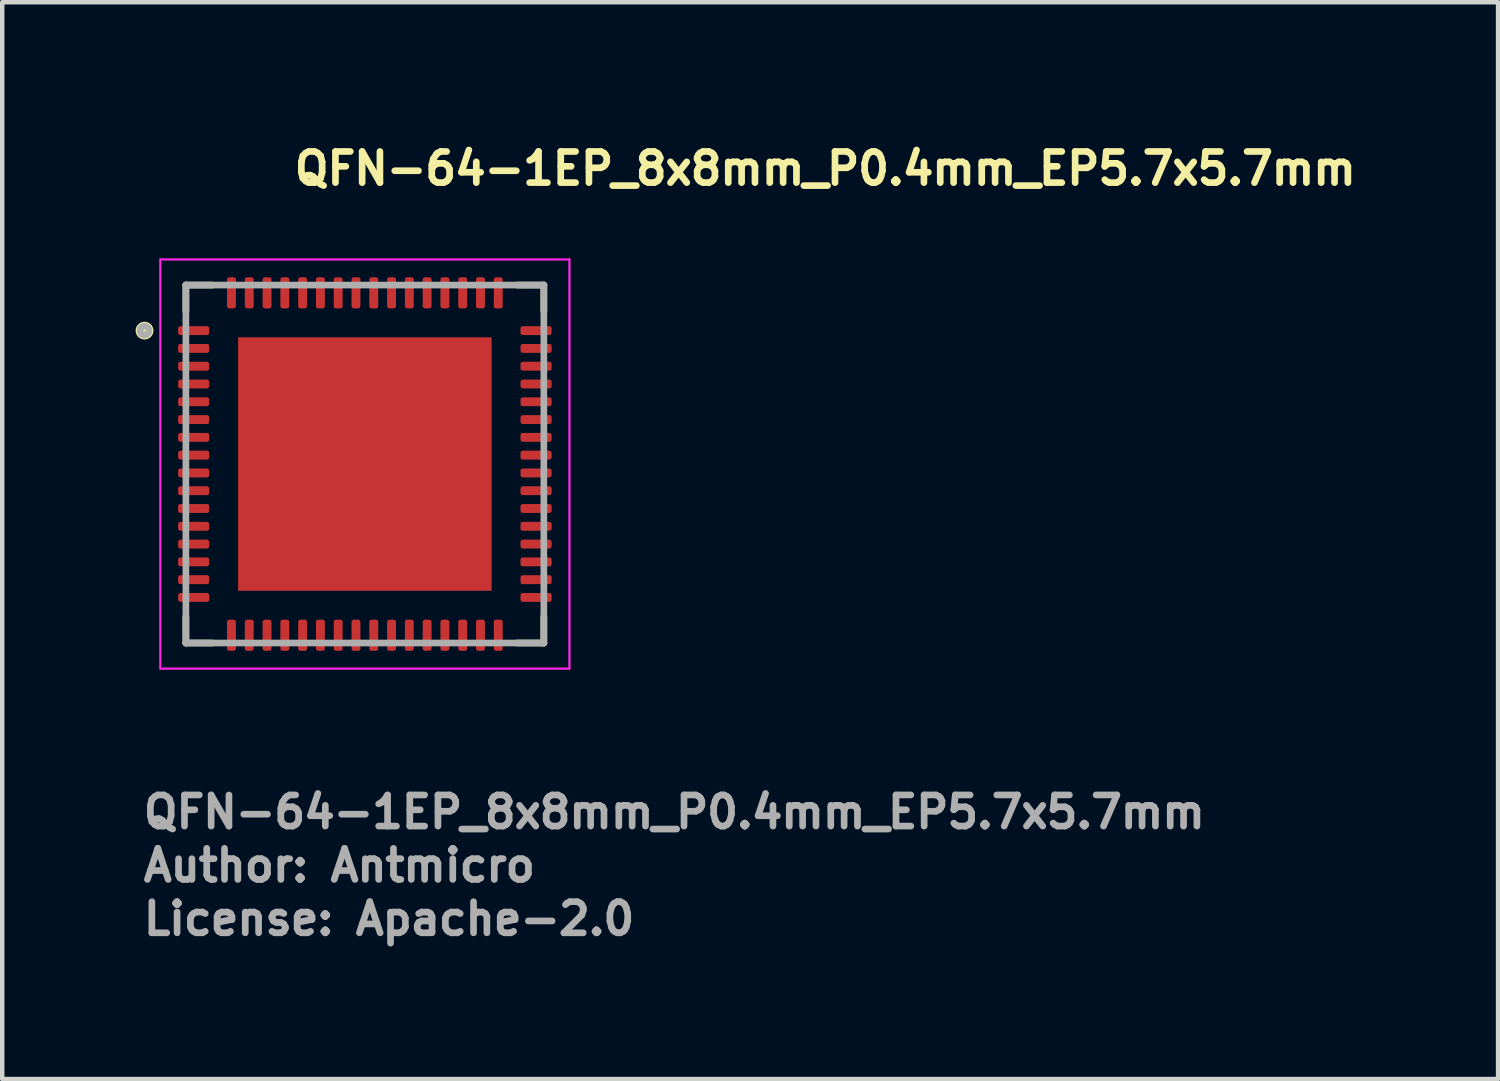
<source format=kicad_pcb>
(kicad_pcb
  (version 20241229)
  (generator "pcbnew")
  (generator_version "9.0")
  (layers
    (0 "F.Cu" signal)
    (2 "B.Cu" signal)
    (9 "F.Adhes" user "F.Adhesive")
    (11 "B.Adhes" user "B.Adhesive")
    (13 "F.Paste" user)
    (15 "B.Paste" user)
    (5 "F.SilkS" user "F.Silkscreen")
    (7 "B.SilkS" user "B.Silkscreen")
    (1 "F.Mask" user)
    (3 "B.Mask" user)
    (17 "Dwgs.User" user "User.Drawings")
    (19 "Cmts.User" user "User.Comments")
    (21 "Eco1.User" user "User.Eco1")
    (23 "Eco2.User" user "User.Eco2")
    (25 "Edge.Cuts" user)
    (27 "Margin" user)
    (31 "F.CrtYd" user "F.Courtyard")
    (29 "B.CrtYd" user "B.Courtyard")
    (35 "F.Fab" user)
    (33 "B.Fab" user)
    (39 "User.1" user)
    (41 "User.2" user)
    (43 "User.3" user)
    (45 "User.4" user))
  (footprint "QFN-64-1EP_8x8mm_P0.4mm_EP5.7x5.7mm"
    (layer "F.Cu")
    (at 5.155 7.385)
    (property "Reference" "QFN-64-1EP_8x8mm_P0.4mm_EP5.7x5.7mm" (at -1.66 -6.235 0) (layer "F.SilkS") (effects (font (size 0.7 0.7) (thickness 0.15)) (justify left bottom)))
    (attr smd)
    (fp_line (start -4.025 -4.025) (end -4.025 -3.43) (stroke (width 0.15) (type solid)) (layer "F.SilkS"))
    (fp_line (start -4.025 -4.025) (end -3.43 -4.025) (stroke (width 0.15) (type solid)) (layer "F.SilkS"))
    (fp_line (start -4.025 4.025) (end -4.025 3.43) (stroke (width 0.15) (type solid)) (layer "F.SilkS"))
    (fp_line (start -4.025 4.025) (end -3.43 4.025) (stroke (width 0.15) (type solid)) (layer "F.SilkS"))
    (fp_line (start 4.025 -4.025) (end 3.43 -4.025) (stroke (width 0.15) (type solid)) (layer "F.SilkS"))
    (fp_line (start 4.025 -4.025) (end 4.025 -3.43) (stroke (width 0.15) (type solid)) (layer "F.SilkS"))
    (fp_line (start 4.025 4.025) (end 3.43 4.025) (stroke (width 0.15) (type solid)) (layer "F.SilkS"))
    (fp_line (start 4.025 4.025) (end 4.025 3.43) (stroke (width 0.15) (type solid)) (layer "F.SilkS"))
    (fp_circle (center -4.955 -3) (end -4.855 -3) (stroke (width 0.2) (type solid)) (fill no) (layer "F.SilkS"))
    (fp_poly (pts (xy -2.7 -2.7) (xy -1.5 -2.7) (xy -1.5 -1.5) (xy -2.7 -1.5)) (stroke (width 0.01) (type solid)) (fill yes) (layer "F.Paste"))
    (fp_poly (pts (xy -2.7 -1.3) (xy -1.5 -1.3) (xy -1.5 -0.1) (xy -2.7 -0.1)) (stroke (width 0.01) (type solid)) (fill yes) (layer "F.Paste"))
    (fp_poly (pts (xy -2.7 0.1) (xy -1.5 0.1) (xy -1.5 1.3) (xy -2.7 1.3)) (stroke (width 0.01) (type solid)) (fill yes) (layer "F.Paste"))
    (fp_poly (pts (xy -2.7 1.5) (xy -1.5 1.5) (xy -1.5 2.7) (xy -2.7 2.7)) (stroke (width 0.01) (type solid)) (fill yes) (layer "F.Paste"))
    (fp_poly (pts (xy -1.3 -2.7) (xy -0.1 -2.7) (xy -0.1 -1.5) (xy -1.3 -1.5)) (stroke (width 0.01) (type solid)) (fill yes) (layer "F.Paste"))
    (fp_poly (pts (xy -1.3 -1.3) (xy -0.1 -1.3) (xy -0.1 -0.1) (xy -1.3 -0.1)) (stroke (width 0.01) (type solid)) (fill yes) (layer "F.Paste"))
    (fp_poly (pts (xy -1.3 0.1) (xy -0.1 0.1) (xy -0.1 1.3) (xy -1.3 1.3)) (stroke (width 0.01) (type solid)) (fill yes) (layer "F.Paste"))
    (fp_poly (pts (xy -1.3 1.5) (xy -0.1 1.5) (xy -0.1 2.7) (xy -1.3 2.7)) (stroke (width 0.01) (type solid)) (fill yes) (layer "F.Paste"))
    (fp_poly (pts (xy 0.1 -2.7) (xy 1.3 -2.7) (xy 1.3 -1.5) (xy 0.1 -1.5)) (stroke (width 0.01) (type solid)) (fill yes) (layer "F.Paste"))
    (fp_poly (pts (xy 0.1 -1.3) (xy 1.3 -1.3) (xy 1.3 -0.1) (xy 0.1 -0.1)) (stroke (width 0.01) (type solid)) (fill yes) (layer "F.Paste"))
    (fp_poly (pts (xy 0.1 0.1) (xy 1.3 0.1) (xy 1.3 1.3) (xy 0.1 1.3)) (stroke (width 0.01) (type solid)) (fill yes) (layer "F.Paste"))
    (fp_poly (pts (xy 0.1 1.5) (xy 1.3 1.5) (xy 1.3 2.7) (xy 0.1 2.7)) (stroke (width 0.01) (type solid)) (fill yes) (layer "F.Paste"))
    (fp_poly (pts (xy 1.5 -2.7) (xy 2.7 -2.7) (xy 2.7 -1.5) (xy 1.5 -1.5)) (stroke (width 0.01) (type solid)) (fill yes) (layer "F.Paste"))
    (fp_poly (pts (xy 1.5 -1.3) (xy 2.7 -1.3) (xy 2.7 -0.1) (xy 1.5 -0.1)) (stroke (width 0.01) (type solid)) (fill yes) (layer "F.Paste"))
    (fp_poly (pts (xy 1.5 0.1) (xy 2.7 0.1) (xy 2.7 1.3) (xy 1.5 1.3)) (stroke (width 0.01) (type solid)) (fill yes) (layer "F.Paste"))
    (fp_poly (pts (xy 1.5 1.5) (xy 2.7 1.5) (xy 2.7 2.7) (xy 1.5 2.7)) (stroke (width 0.01) (type solid)) (fill yes) (layer "F.Paste"))
    (fp_line (start -4.6 -4.6) (end 4.6 -4.6) (stroke (width 0.05) (type solid)) (layer "F.CrtYd"))
    (fp_line (start -4.6 4.6) (end -4.6 -4.6) (stroke (width 0.05) (type solid)) (layer "F.CrtYd"))
    (fp_line (start -4.6 4.6) (end 4.6 4.6) (stroke (width 0.05) (type solid)) (layer "F.CrtYd"))
    (fp_line (start 4.6 4.6) (end 4.6 -4.6) (stroke (width 0.05) (type solid)) (layer "F.CrtYd"))
    (fp_line (start -4.025 4.025) (end -4.025 -4.025) (stroke (width 0.15) (type solid)) (layer "F.Fab"))
    (fp_line (start 4.025 -4.025) (end -4.025 -4.025) (stroke (width 0.15) (type solid)) (layer "F.Fab"))
    (fp_line (start 4.025 4.025) (end -4.025 4.025) (stroke (width 0.15) (type solid)) (layer "F.Fab"))
    (fp_line (start 4.025 4.025) (end 4.025 -4.025) (stroke (width 0.15) (type solid)) (layer "F.Fab"))
    (fp_circle (center -4.955 -3) (end -4.855 -3) (stroke (width 0.15) (type solid)) (fill no) (layer "F.Fab"))
    (fp_line (start -4 -3.1) (end -4 -2.9) (stroke (width 0.1) (type solid)) (layer "User.9"))
    (fp_line (start -4 -2.9) (end -3.99 -2.9) (stroke (width 0.1) (type solid)) (layer "User.9"))
    (fp_line (start -4 -2.7) (end -4 -2.5) (stroke (width 0.1) (type solid)) (layer "User.9"))
    (fp_line (start -4 -2.5) (end -3.99 -2.5) (stroke (width 0.1) (type solid)) (layer "User.9"))
    (fp_line (start -4 -2.3) (end -4 -2.1) (stroke (width 0.1) (type solid)) (layer "User.9"))
    (fp_line (start -4 -2.1) (end -3.99 -2.1) (stroke (width 0.1) (type solid)) (layer "User.9"))
    (fp_line (start -4 -1.9) (end -4 -1.7) (stroke (width 0.1) (type solid)) (layer "User.9"))
    (fp_line (start -4 -1.7) (end -3.99 -1.7) (stroke (width 0.1) (type solid)) (layer "User.9"))
    (fp_line (start -4 -1.5) (end -4 -1.3) (stroke (width 0.1) (type solid)) (layer "User.9"))
    (fp_line (start -4 -1.3) (end -3.99 -1.3) (stroke (width 0.1) (type solid)) (layer "User.9"))
    (fp_line (start -4 -1.1) (end -4 -0.9) (stroke (width 0.1) (type solid)) (layer "User.9"))
    (fp_line (start -4 -0.9) (end -3.99 -0.9) (stroke (width 0.1) (type solid)) (layer "User.9"))
    (fp_line (start -4 -0.7) (end -4 -0.5) (stroke (width 0.1) (type solid)) (layer "User.9"))
    (fp_line (start -4 -0.5) (end -3.99 -0.5) (stroke (width 0.1) (type solid)) (layer "User.9"))
    (fp_line (start -4 -0.3) (end -4 -0.1) (stroke (width 0.1) (type solid)) (layer "User.9"))
    (fp_line (start -4 -0.1) (end -3.99 -0.1) (stroke (width 0.1) (type solid)) (layer "User.9"))
    (fp_line (start -4 0.1) (end -4 0.3) (stroke (width 0.1) (type solid)) (layer "User.9"))
    (fp_line (start -4 0.3) (end -3.99 0.3) (stroke (width 0.1) (type solid)) (layer "User.9"))
    (fp_line (start -4 0.5) (end -4 0.7) (stroke (width 0.1) (type solid)) (layer "User.9"))
    (fp_line (start -4 0.7) (end -3.99 0.7) (stroke (width 0.1) (type solid)) (layer "User.9"))
    (fp_line (start -4 0.9) (end -4 1.1) (stroke (width 0.1) (type solid)) (layer "User.9"))
    (fp_line (start -4 1.1) (end -3.99 1.1) (stroke (width 0.1) (type solid)) (layer "User.9"))
    (fp_line (start -4 1.3) (end -4 1.5) (stroke (width 0.1) (type solid)) (layer "User.9"))
    (fp_line (start -4 1.5) (end -3.99 1.5) (stroke (width 0.1) (type solid)) (layer "User.9"))
    (fp_line (start -4 1.7) (end -4 1.9) (stroke (width 0.1) (type solid)) (layer "User.9"))
    (fp_line (start -4 1.9) (end -3.99 1.9) (stroke (width 0.1) (type solid)) (layer "User.9"))
    (fp_line (start -4 2.1) (end -4 2.3) (stroke (width 0.1) (type solid)) (layer "User.9"))
    (fp_line (start -4 2.3) (end -3.99 2.3) (stroke (width 0.1) (type solid)) (layer "User.9"))
    (fp_line (start -4 2.5) (end -4 2.7) (stroke (width 0.1) (type solid)) (layer "User.9"))
    (fp_line (start -4 2.7) (end -3.99 2.7) (stroke (width 0.1) (type solid)) (layer "User.9"))
    (fp_line (start -4 2.9) (end -4 3.1) (stroke (width 0.1) (type solid)) (layer "User.9"))
    (fp_line (start -4 3.1) (end -3.99 3.1) (stroke (width 0.1) (type solid)) (layer "User.9"))
    (fp_line (start -3.99 -3.99) (end -3.99 3.99) (stroke (width 0.1) (type solid)) (layer "User.9"))
    (fp_line (start -3.99 -3.99) (end 3.99 -3.99) (stroke (width 0.1) (type solid)) (layer "User.9"))
    (fp_line (start -3.99 -3.1) (end -4 -3.1) (stroke (width 0.1) (type solid)) (layer "User.9"))
    (fp_line (start -3.99 -2.7) (end -4 -2.7) (stroke (width 0.1) (type solid)) (layer "User.9"))
    (fp_line (start -3.99 -2.3) (end -4 -2.3) (stroke (width 0.1) (type solid)) (layer "User.9"))
    (fp_line (start -3.99 -1.9) (end -4 -1.9) (stroke (width 0.1) (type solid)) (layer "User.9"))
    (fp_line (start -3.99 -1.5) (end -4 -1.5) (stroke (width 0.1) (type solid)) (layer "User.9"))
    (fp_line (start -3.99 -1.1) (end -4 -1.1) (stroke (width 0.1) (type solid)) (layer "User.9"))
    (fp_line (start -3.99 -0.7) (end -4 -0.7) (stroke (width 0.1) (type solid)) (layer "User.9"))
    (fp_line (start -3.99 -0.3) (end -4 -0.3) (stroke (width 0.1) (type solid)) (layer "User.9"))
    (fp_line (start -3.99 0.1) (end -4 0.1) (stroke (width 0.1) (type solid)) (layer "User.9"))
    (fp_line (start -3.99 0.5) (end -4 0.5) (stroke (width 0.1) (type solid)) (layer "User.9"))
    (fp_line (start -3.99 0.9) (end -4 0.9) (stroke (width 0.1) (type solid)) (layer "User.9"))
    (fp_line (start -3.99 1.3) (end -4 1.3) (stroke (width 0.1) (type solid)) (layer "User.9"))
    (fp_line (start -3.99 1.7) (end -4 1.7) (stroke (width 0.1) (type solid)) (layer "User.9"))
    (fp_line (start -3.99 2.1) (end -4 2.1) (stroke (width 0.1) (type solid)) (layer "User.9"))
    (fp_line (start -3.99 2.5) (end -4 2.5) (stroke (width 0.1) (type solid)) (layer "User.9"))
    (fp_line (start -3.99 2.9) (end -4 2.9) (stroke (width 0.1) (type solid)) (layer "User.9"))
    (fp_line (start -3.99 3.99) (end 3.99 3.99) (stroke (width 0.1) (type solid)) (layer "User.9"))
    (fp_line (start -3.55 -3.3) (end -3.546 -3.343) (stroke (width 0.1) (type solid)) (layer "User.9"))
    (fp_line (start -3.546 -3.343) (end -3.535 -3.386) (stroke (width 0.1) (type solid)) (layer "User.9"))
    (fp_line (start -3.546 -3.257) (end -3.55 -3.3) (stroke (width 0.1) (type solid)) (layer "User.9"))
    (fp_line (start -3.535 -3.386) (end -3.517 -3.425) (stroke (width 0.1) (type solid)) (layer "User.9"))
    (fp_line (start -3.535 -3.214) (end -3.546 -3.257) (stroke (width 0.1) (type solid)) (layer "User.9"))
    (fp_line (start -3.517 -3.425) (end -3.492 -3.461) (stroke (width 0.1) (type solid)) (layer "User.9"))
    (fp_line (start -3.517 -3.175) (end -3.535 -3.214) (stroke (width 0.1) (type solid)) (layer "User.9"))
    (fp_line (start -3.492 -3.461) (end -3.461 -3.492) (stroke (width 0.1) (type solid)) (layer "User.9"))
    (fp_line (start -3.492 -3.139) (end -3.517 -3.175) (stroke (width 0.1) (type solid)) (layer "User.9"))
    (fp_line (start -3.461 -3.492) (end -3.425 -3.517) (stroke (width 0.1) (type solid)) (layer "User.9"))
    (fp_line (start -3.461 -3.108) (end -3.492 -3.139) (stroke (width 0.1) (type solid)) (layer "User.9"))
    (fp_line (start -3.425 -3.517) (end -3.386 -3.535) (stroke (width 0.1) (type solid)) (layer "User.9"))
    (fp_line (start -3.425 -3.083) (end -3.461 -3.108) (stroke (width 0.1) (type solid)) (layer "User.9"))
    (fp_line (start -3.386 -3.535) (end -3.343 -3.546) (stroke (width 0.1) (type solid)) (layer "User.9"))
    (fp_line (start -3.386 -3.065) (end -3.425 -3.083) (stroke (width 0.1) (type solid)) (layer "User.9"))
    (fp_line (start -3.343 -3.546) (end -3.3 -3.55) (stroke (width 0.1) (type solid)) (layer "User.9"))
    (fp_line (start -3.343 -3.054) (end -3.386 -3.065) (stroke (width 0.1) (type solid)) (layer "User.9"))
    (fp_line (start -3.3 -3.55) (end -3.257 -3.546) (stroke (width 0.1) (type solid)) (layer "User.9"))
    (fp_line (start -3.3 -3.05) (end -3.343 -3.054) (stroke (width 0.1) (type solid)) (layer "User.9"))
    (fp_line (start -3.257 -3.546) (end -3.214 -3.535) (stroke (width 0.1) (type solid)) (layer "User.9"))
    (fp_line (start -3.257 -3.054) (end -3.3 -3.05) (stroke (width 0.1) (type solid)) (layer "User.9"))
    (fp_line (start -3.214 -3.535) (end -3.175 -3.517) (stroke (width 0.1) (type solid)) (layer "User.9"))
    (fp_line (start -3.214 -3.065) (end -3.257 -3.054) (stroke (width 0.1) (type solid)) (layer "User.9"))
    (fp_line (start -3.175 -3.517) (end -3.139 -3.492) (stroke (width 0.1) (type solid)) (layer "User.9"))
    (fp_line (start -3.175 -3.083) (end -3.214 -3.065) (stroke (width 0.1) (type solid)) (layer "User.9"))
    (fp_line (start -3.139 -3.492) (end -3.108 -3.461) (stroke (width 0.1) (type solid)) (layer "User.9"))
    (fp_line (start -3.139 -3.108) (end -3.175 -3.083) (stroke (width 0.1) (type solid)) (layer "User.9"))
    (fp_line (start -3.108 -3.461) (end -3.083 -3.425) (stroke (width 0.1) (type solid)) (layer "User.9"))
    (fp_line (start -3.108 -3.139) (end -3.139 -3.108) (stroke (width 0.1) (type solid)) (layer "User.9"))
    (fp_line (start -3.1 -4) (end -3.1 -3.99) (stroke (width 0.1) (type solid)) (layer "User.9"))
    (fp_line (start -3.1 3.99) (end -3.1 4) (stroke (width 0.1) (type solid)) (layer "User.9"))
    (fp_line (start -3.1 4) (end -2.9 4) (stroke (width 0.1) (type solid)) (layer "User.9"))
    (fp_line (start -3.083 -3.425) (end -3.065 -3.386) (stroke (width 0.1) (type solid)) (layer "User.9"))
    (fp_line (start -3.083 -3.175) (end -3.108 -3.139) (stroke (width 0.1) (type solid)) (layer "User.9"))
    (fp_line (start -3.065 -3.386) (end -3.054 -3.343) (stroke (width 0.1) (type solid)) (layer "User.9"))
    (fp_line (start -3.065 -3.214) (end -3.083 -3.175) (stroke (width 0.1) (type solid)) (layer "User.9"))
    (fp_line (start -3.054 -3.343) (end -3.05 -3.3) (stroke (width 0.1) (type solid)) (layer "User.9"))
    (fp_line (start -3.054 -3.257) (end -3.065 -3.214) (stroke (width 0.1) (type solid)) (layer "User.9"))
    (fp_line (start -3.05 -3.3) (end -3.054 -3.257) (stroke (width 0.1) (type solid)) (layer "User.9"))
    (fp_line (start -2.9 -4) (end -3.1 -4) (stroke (width 0.1) (type solid)) (layer "User.9"))
    (fp_line (start -2.9 -3.99) (end -2.9 -4) (stroke (width 0.1) (type solid)) (layer "User.9"))
    (fp_line (start -2.9 4) (end -2.9 3.99) (stroke (width 0.1) (type solid)) (layer "User.9"))
    (fp_line (start -2.7 -4) (end -2.7 -3.99) (stroke (width 0.1) (type solid)) (layer "User.9"))
    (fp_line (start -2.7 3.99) (end -2.7 4) (stroke (width 0.1) (type solid)) (layer "User.9"))
    (fp_line (start -2.7 4) (end -2.5 4) (stroke (width 0.1) (type solid)) (layer "User.9"))
    (fp_line (start -2.5 -4) (end -2.7 -4) (stroke (width 0.1) (type solid)) (layer "User.9"))
    (fp_line (start -2.5 -3.99) (end -2.5 -4) (stroke (width 0.1) (type solid)) (layer "User.9"))
    (fp_line (start -2.5 4) (end -2.5 3.99) (stroke (width 0.1) (type solid)) (layer "User.9"))
    (fp_line (start -2.3 -4) (end -2.3 -3.99) (stroke (width 0.1) (type solid)) (layer "User.9"))
    (fp_line (start -2.3 3.99) (end -2.3 4) (stroke (width 0.1) (type solid)) (layer "User.9"))
    (fp_line (start -2.3 4) (end -2.1 4) (stroke (width 0.1) (type solid)) (layer "User.9"))
    (fp_line (start -2.1 -4) (end -2.3 -4) (stroke (width 0.1) (type solid)) (layer "User.9"))
    (fp_line (start -2.1 -3.99) (end -2.1 -4) (stroke (width 0.1) (type solid)) (layer "User.9"))
    (fp_line (start -2.1 4) (end -2.1 3.99) (stroke (width 0.1) (type solid)) (layer "User.9"))
    (fp_line (start -1.9 -4) (end -1.9 -3.99) (stroke (width 0.1) (type solid)) (layer "User.9"))
    (fp_line (start -1.9 3.99) (end -1.9 4) (stroke (width 0.1) (type solid)) (layer "User.9"))
    (fp_line (start -1.9 4) (end -1.7 4) (stroke (width 0.1) (type solid)) (layer "User.9"))
    (fp_line (start -1.7 -4) (end -1.9 -4) (stroke (width 0.1) (type solid)) (layer "User.9"))
    (fp_line (start -1.7 -3.99) (end -1.7 -4) (stroke (width 0.1) (type solid)) (layer "User.9"))
    (fp_line (start -1.7 4) (end -1.7 3.99) (stroke (width 0.1) (type solid)) (layer "User.9"))
    (fp_line (start -1.5 -4) (end -1.5 -3.99) (stroke (width 0.1) (type solid)) (layer "User.9"))
    (fp_line (start -1.5 3.99) (end -1.5 4) (stroke (width 0.1) (type solid)) (layer "User.9"))
    (fp_line (start -1.5 4) (end -1.3 4) (stroke (width 0.1) (type solid)) (layer "User.9"))
    (fp_line (start -1.3 -4) (end -1.5 -4) (stroke (width 0.1) (type solid)) (layer "User.9"))
    (fp_line (start -1.3 -3.99) (end -1.3 -4) (stroke (width 0.1) (type solid)) (layer "User.9"))
    (fp_line (start -1.3 4) (end -1.3 3.99) (stroke (width 0.1) (type solid)) (layer "User.9"))
    (fp_line (start -1.1 -4) (end -1.1 -3.99) (stroke (width 0.1) (type solid)) (layer "User.9"))
    (fp_line (start -1.1 3.99) (end -1.1 4) (stroke (width 0.1) (type solid)) (layer "User.9"))
    (fp_line (start -1.1 4) (end -0.9 4) (stroke (width 0.1) (type solid)) (layer "User.9"))
    (fp_line (start -0.9 -4) (end -1.1 -4) (stroke (width 0.1) (type solid)) (layer "User.9"))
    (fp_line (start -0.9 -3.99) (end -0.9 -4) (stroke (width 0.1) (type solid)) (layer "User.9"))
    (fp_line (start -0.9 4) (end -0.9 3.99) (stroke (width 0.1) (type solid)) (layer "User.9"))
    (fp_line (start -0.7 -4) (end -0.7 -3.99) (stroke (width 0.1) (type solid)) (layer "User.9"))
    (fp_line (start -0.7 3.99) (end -0.7 4) (stroke (width 0.1) (type solid)) (layer "User.9"))
    (fp_line (start -0.7 4) (end -0.5 4) (stroke (width 0.1) (type solid)) (layer "User.9"))
    (fp_line (start -0.5 -4) (end -0.7 -4) (stroke (width 0.1) (type solid)) (layer "User.9"))
    (fp_line (start -0.5 -3.99) (end -0.5 -4) (stroke (width 0.1) (type solid)) (layer "User.9"))
    (fp_line (start -0.5 4) (end -0.5 3.99) (stroke (width 0.1) (type solid)) (layer "User.9"))
    (fp_line (start -0.3 -4) (end -0.3 -3.99) (stroke (width 0.1) (type solid)) (layer "User.9"))
    (fp_line (start -0.3 3.99) (end -0.3 4) (stroke (width 0.1) (type solid)) (layer "User.9"))
    (fp_line (start -0.3 4) (end -0.1 4) (stroke (width 0.1) (type solid)) (layer "User.9"))
    (fp_line (start -0.1 -4) (end -0.3 -4) (stroke (width 0.1) (type solid)) (layer "User.9"))
    (fp_line (start -0.1 -3.99) (end -0.1 -4) (stroke (width 0.1) (type solid)) (layer "User.9"))
    (fp_line (start -0.1 4) (end -0.1 3.99) (stroke (width 0.1) (type solid)) (layer "User.9"))
    (fp_line (start 0.1 -4) (end 0.1 -3.99) (stroke (width 0.1) (type solid)) (layer "User.9"))
    (fp_line (start 0.1 3.99) (end 0.1 4) (stroke (width 0.1) (type solid)) (layer "User.9"))
    (fp_line (start 0.1 4) (end 0.3 4) (stroke (width 0.1) (type solid)) (layer "User.9"))
    (fp_line (start 0.3 -4) (end 0.1 -4) (stroke (width 0.1) (type solid)) (layer "User.9"))
    (fp_line (start 0.3 -3.99) (end 0.3 -4) (stroke (width 0.1) (type solid)) (layer "User.9"))
    (fp_line (start 0.3 4) (end 0.3 3.99) (stroke (width 0.1) (type solid)) (layer "User.9"))
    (fp_line (start 0.5 -4) (end 0.5 -3.99) (stroke (width 0.1) (type solid)) (layer "User.9"))
    (fp_line (start 0.5 3.99) (end 0.5 4) (stroke (width 0.1) (type solid)) (layer "User.9"))
    (fp_line (start 0.5 4) (end 0.7 4) (stroke (width 0.1) (type solid)) (layer "User.9"))
    (fp_line (start 0.7 -4) (end 0.5 -4) (stroke (width 0.1) (type solid)) (layer "User.9"))
    (fp_line (start 0.7 -3.99) (end 0.7 -4) (stroke (width 0.1) (type solid)) (layer "User.9"))
    (fp_line (start 0.7 4) (end 0.7 3.99) (stroke (width 0.1) (type solid)) (layer "User.9"))
    (fp_line (start 0.9 -4) (end 0.9 -3.99) (stroke (width 0.1) (type solid)) (layer "User.9"))
    (fp_line (start 0.9 3.99) (end 0.9 4) (stroke (width 0.1) (type solid)) (layer "User.9"))
    (fp_line (start 0.9 4) (end 1.1 4) (stroke (width 0.1) (type solid)) (layer "User.9"))
    (fp_line (start 1.1 -4) (end 0.9 -4) (stroke (width 0.1) (type solid)) (layer "User.9"))
    (fp_line (start 1.1 -3.99) (end 1.1 -4) (stroke (width 0.1) (type solid)) (layer "User.9"))
    (fp_line (start 1.1 4) (end 1.1 3.99) (stroke (width 0.1) (type solid)) (layer "User.9"))
    (fp_line (start 1.3 -4) (end 1.3 -3.99) (stroke (width 0.1) (type solid)) (layer "User.9"))
    (fp_line (start 1.3 3.99) (end 1.3 4) (stroke (width 0.1) (type solid)) (layer "User.9"))
    (fp_line (start 1.3 4) (end 1.5 4) (stroke (width 0.1) (type solid)) (layer "User.9"))
    (fp_line (start 1.5 -4) (end 1.3 -4) (stroke (width 0.1) (type solid)) (layer "User.9"))
    (fp_line (start 1.5 -3.99) (end 1.5 -4) (stroke (width 0.1) (type solid)) (layer "User.9"))
    (fp_line (start 1.5 4) (end 1.5 3.99) (stroke (width 0.1) (type solid)) (layer "User.9"))
    (fp_line (start 1.7 -4) (end 1.7 -3.99) (stroke (width 0.1) (type solid)) (layer "User.9"))
    (fp_line (start 1.7 3.99) (end 1.7 4) (stroke (width 0.1) (type solid)) (layer "User.9"))
    (fp_line (start 1.7 4) (end 1.9 4) (stroke (width 0.1) (type solid)) (layer "User.9"))
    (fp_line (start 1.9 -4) (end 1.7 -4) (stroke (width 0.1) (type solid)) (layer "User.9"))
    (fp_line (start 1.9 -3.99) (end 1.9 -4) (stroke (width 0.1) (type solid)) (layer "User.9"))
    (fp_line (start 1.9 4) (end 1.9 3.99) (stroke (width 0.1) (type solid)) (layer "User.9"))
    (fp_line (start 2.1 -4) (end 2.1 -3.99) (stroke (width 0.1) (type solid)) (layer "User.9"))
    (fp_line (start 2.1 3.99) (end 2.1 4) (stroke (width 0.1) (type solid)) (layer "User.9"))
    (fp_line (start 2.1 4) (end 2.3 4) (stroke (width 0.1) (type solid)) (layer "User.9"))
    (fp_line (start 2.3 -4) (end 2.1 -4) (stroke (width 0.1) (type solid)) (layer "User.9"))
    (fp_line (start 2.3 -3.99) (end 2.3 -4) (stroke (width 0.1) (type solid)) (layer "User.9"))
    (fp_line (start 2.3 4) (end 2.3 3.99) (stroke (width 0.1) (type solid)) (layer "User.9"))
    (fp_line (start 2.5 -4) (end 2.5 -3.99) (stroke (width 0.1) (type solid)) (layer "User.9"))
    (fp_line (start 2.5 3.99) (end 2.5 4) (stroke (width 0.1) (type solid)) (layer "User.9"))
    (fp_line (start 2.5 4) (end 2.7 4) (stroke (width 0.1) (type solid)) (layer "User.9"))
    (fp_line (start 2.7 -4) (end 2.5 -4) (stroke (width 0.1) (type solid)) (layer "User.9"))
    (fp_line (start 2.7 -3.99) (end 2.7 -4) (stroke (width 0.1) (type solid)) (layer "User.9"))
    (fp_line (start 2.7 4) (end 2.7 3.99) (stroke (width 0.1) (type solid)) (layer "User.9"))
    (fp_line (start 2.9 -4) (end 2.9 -3.99) (stroke (width 0.1) (type solid)) (layer "User.9"))
    (fp_line (start 2.9 3.99) (end 2.9 4) (stroke (width 0.1) (type solid)) (layer "User.9"))
    (fp_line (start 2.9 4) (end 3.1 4) (stroke (width 0.1) (type solid)) (layer "User.9"))
    (fp_line (start 3.1 -4) (end 2.9 -4) (stroke (width 0.1) (type solid)) (layer "User.9"))
    (fp_line (start 3.1 -3.99) (end 3.1 -4) (stroke (width 0.1) (type solid)) (layer "User.9"))
    (fp_line (start 3.1 4) (end 3.1 3.99) (stroke (width 0.1) (type solid)) (layer "User.9"))
    (fp_line (start 3.99 -3.99) (end 3.99 3.99) (stroke (width 0.1) (type solid)) (layer "User.9"))
    (fp_line (start 3.99 -2.9) (end 4 -2.9) (stroke (width 0.1) (type solid)) (layer "User.9"))
    (fp_line (start 3.99 -2.5) (end 4 -2.5) (stroke (width 0.1) (type solid)) (layer "User.9"))
    (fp_line (start 3.99 -2.1) (end 4 -2.1) (stroke (width 0.1) (type solid)) (layer "User.9"))
    (fp_line (start 3.99 -1.7) (end 4 -1.7) (stroke (width 0.1) (type solid)) (layer "User.9"))
    (fp_line (start 3.99 -1.3) (end 4 -1.3) (stroke (width 0.1) (type solid)) (layer "User.9"))
    (fp_line (start 3.99 -0.9) (end 4 -0.9) (stroke (width 0.1) (type solid)) (layer "User.9"))
    (fp_line (start 3.99 -0.5) (end 4 -0.5) (stroke (width 0.1) (type solid)) (layer "User.9"))
    (fp_line (start 3.99 -0.1) (end 4 -0.1) (stroke (width 0.1) (type solid)) (layer "User.9"))
    (fp_line (start 3.99 0.3) (end 4 0.3) (stroke (width 0.1) (type solid)) (layer "User.9"))
    (fp_line (start 3.99 0.7) (end 4 0.7) (stroke (width 0.1) (type solid)) (layer "User.9"))
    (fp_line (start 3.99 1.1) (end 4 1.1) (stroke (width 0.1) (type solid)) (layer "User.9"))
    (fp_line (start 3.99 1.5) (end 4 1.5) (stroke (width 0.1) (type solid)) (layer "User.9"))
    (fp_line (start 3.99 1.9) (end 4 1.9) (stroke (width 0.1) (type solid)) (layer "User.9"))
    (fp_line (start 3.99 2.3) (end 4 2.3) (stroke (width 0.1) (type solid)) (layer "User.9"))
    (fp_line (start 3.99 2.7) (end 4 2.7) (stroke (width 0.1) (type solid)) (layer "User.9"))
    (fp_line (start 3.99 3.1) (end 4 3.1) (stroke (width 0.1) (type solid)) (layer "User.9"))
    (fp_line (start 4 -3.1) (end 3.99 -3.1) (stroke (width 0.1) (type solid)) (layer "User.9"))
    (fp_line (start 4 -2.9) (end 4 -3.1) (stroke (width 0.1) (type solid)) (layer "User.9"))
    (fp_line (start 4 -2.7) (end 3.99 -2.7) (stroke (width 0.1) (type solid)) (layer "User.9"))
    (fp_line (start 4 -2.5) (end 4 -2.7) (stroke (width 0.1) (type solid)) (layer "User.9"))
    (fp_line (start 4 -2.3) (end 3.99 -2.3) (stroke (width 0.1) (type solid)) (layer "User.9"))
    (fp_line (start 4 -2.1) (end 4 -2.3) (stroke (width 0.1) (type solid)) (layer "User.9"))
    (fp_line (start 4 -1.9) (end 3.99 -1.9) (stroke (width 0.1) (type solid)) (layer "User.9"))
    (fp_line (start 4 -1.7) (end 4 -1.9) (stroke (width 0.1) (type solid)) (layer "User.9"))
    (fp_line (start 4 -1.5) (end 3.99 -1.5) (stroke (width 0.1) (type solid)) (layer "User.9"))
    (fp_line (start 4 -1.3) (end 4 -1.5) (stroke (width 0.1) (type solid)) (layer "User.9"))
    (fp_line (start 4 -1.1) (end 3.99 -1.1) (stroke (width 0.1) (type solid)) (layer "User.9"))
    (fp_line (start 4 -0.9) (end 4 -1.1) (stroke (width 0.1) (type solid)) (layer "User.9"))
    (fp_line (start 4 -0.7) (end 3.99 -0.7) (stroke (width 0.1) (type solid)) (layer "User.9"))
    (fp_line (start 4 -0.5) (end 4 -0.7) (stroke (width 0.1) (type solid)) (layer "User.9"))
    (fp_line (start 4 -0.3) (end 3.99 -0.3) (stroke (width 0.1) (type solid)) (layer "User.9"))
    (fp_line (start 4 -0.1) (end 4 -0.3) (stroke (width 0.1) (type solid)) (layer "User.9"))
    (fp_line (start 4 0.1) (end 3.99 0.1) (stroke (width 0.1) (type solid)) (layer "User.9"))
    (fp_line (start 4 0.3) (end 4 0.1) (stroke (width 0.1) (type solid)) (layer "User.9"))
    (fp_line (start 4 0.5) (end 3.99 0.5) (stroke (width 0.1) (type solid)) (layer "User.9"))
    (fp_line (start 4 0.7) (end 4 0.5) (stroke (width 0.1) (type solid)) (layer "User.9"))
    (fp_line (start 4 0.9) (end 3.99 0.9) (stroke (width 0.1) (type solid)) (layer "User.9"))
    (fp_line (start 4 1.1) (end 4 0.9) (stroke (width 0.1) (type solid)) (layer "User.9"))
    (fp_line (start 4 1.3) (end 3.99 1.3) (stroke (width 0.1) (type solid)) (layer "User.9"))
    (fp_line (start 4 1.5) (end 4 1.3) (stroke (width 0.1) (type solid)) (layer "User.9"))
    (fp_line (start 4 1.7) (end 3.99 1.7) (stroke (width 0.1) (type solid)) (layer "User.9"))
    (fp_line (start 4 1.9) (end 4 1.7) (stroke (width 0.1) (type solid)) (layer "User.9"))
    (fp_line (start 4 2.1) (end 3.99 2.1) (stroke (width 0.1) (type solid)) (layer "User.9"))
    (fp_line (start 4 2.3) (end 4 2.1) (stroke (width 0.1) (type solid)) (layer "User.9"))
    (fp_line (start 4 2.5) (end 3.99 2.5) (stroke (width 0.1) (type solid)) (layer "User.9"))
    (fp_line (start 4 2.7) (end 4 2.5) (stroke (width 0.1) (type solid)) (layer "User.9"))
    (fp_line (start 4 2.9) (end 3.99 2.9) (stroke (width 0.1) (type solid)) (layer "User.9"))
    (fp_line (start 4 3.1) (end 4 2.9) (stroke (width 0.1) (type solid)) (layer "User.9"))
    (fp_text user "License: Apache-2.0" (at -5.055 10.635 0) (layer "F.Fab") (effects (font (size 0.7 0.7) (thickness 0.15)) (justify left bottom)))
    (fp_text user "Author: Antmicro" (at -5.055 9.435 0) (layer "F.Fab") (effects (font (size 0.7 0.7) (thickness 0.15)) (justify left bottom)))
    (fp_text user "${REFERENCE}" (at -5.055 8.235 0) (layer "F.Fab") (effects (font (size 0.7 0.7) (thickness 0.15)) (justify left bottom)))
    (pad "1" smd roundrect (at -3.85 -3) (size 0.7 0.2) (layers "F.Cu" "F.Mask" "F.Paste") (roundrect_rratio 0.25))
    (pad "2" smd roundrect (at -3.85 -2.6) (size 0.7 0.2) (layers "F.Cu" "F.Mask" "F.Paste") (roundrect_rratio 0.25))
    (pad "3" smd roundrect (at -3.85 -2.2) (size 0.7 0.2) (layers "F.Cu" "F.Mask" "F.Paste") (roundrect_rratio 0.25))
    (pad "4" smd roundrect (at -3.85 -1.8) (size 0.7 0.2) (layers "F.Cu" "F.Mask" "F.Paste") (roundrect_rratio 0.25))
    (pad "5" smd roundrect (at -3.85 -1.4) (size 0.7 0.2) (layers "F.Cu" "F.Mask" "F.Paste") (roundrect_rratio 0.25))
    (pad "6" smd roundrect (at -3.85 -1) (size 0.7 0.2) (layers "F.Cu" "F.Mask" "F.Paste") (roundrect_rratio 0.25))
    (pad "7" smd roundrect (at -3.85 -0.6) (size 0.7 0.2) (layers "F.Cu" "F.Mask" "F.Paste") (roundrect_rratio 0.25))
    (pad "8" smd roundrect (at -3.85 -0.2) (size 0.7 0.2) (layers "F.Cu" "F.Mask" "F.Paste") (roundrect_rratio 0.25))
    (pad "9" smd roundrect (at -3.85 0.2) (size 0.7 0.2) (layers "F.Cu" "F.Mask" "F.Paste") (roundrect_rratio 0.25))
    (pad "10" smd roundrect (at -3.85 0.6) (size 0.7 0.2) (layers "F.Cu" "F.Mask" "F.Paste") (roundrect_rratio 0.25))
    (pad "11" smd roundrect (at -3.85 1) (size 0.7 0.2) (layers "F.Cu" "F.Mask" "F.Paste") (roundrect_rratio 0.25))
    (pad "12" smd roundrect (at -3.85 1.4) (size 0.7 0.2) (layers "F.Cu" "F.Mask" "F.Paste") (roundrect_rratio 0.25))
    (pad "13" smd roundrect (at -3.85 1.8) (size 0.7 0.2) (layers "F.Cu" "F.Mask" "F.Paste") (roundrect_rratio 0.25))
    (pad "14" smd roundrect (at -3.85 2.2) (size 0.7 0.2) (layers "F.Cu" "F.Mask" "F.Paste") (roundrect_rratio 0.25))
    (pad "15" smd roundrect (at -3.85 2.6) (size 0.7 0.2) (layers "F.Cu" "F.Mask" "F.Paste") (roundrect_rratio 0.25))
    (pad "16" smd roundrect (at -3.85 3) (size 0.7 0.2) (layers "F.Cu" "F.Mask" "F.Paste") (roundrect_rratio 0.25))
    (pad "17" smd roundrect (at -3 3.85) (size 0.2 0.7) (layers "F.Cu" "F.Mask" "F.Paste") (roundrect_rratio 0.25))
    (pad "18" smd roundrect (at -2.6 3.85) (size 0.2 0.7) (layers "F.Cu" "F.Mask" "F.Paste") (roundrect_rratio 0.25))
    (pad "19" smd roundrect (at -2.2 3.85) (size 0.2 0.7) (layers "F.Cu" "F.Mask" "F.Paste") (roundrect_rratio 0.25))
    (pad "20" smd roundrect (at -1.8 3.85) (size 0.2 0.7) (layers "F.Cu" "F.Mask" "F.Paste") (roundrect_rratio 0.25))
    (pad "21" smd roundrect (at -1.4 3.85) (size 0.2 0.7) (layers "F.Cu" "F.Mask" "F.Paste") (roundrect_rratio 0.25))
    (pad "22" smd roundrect (at -1 3.85) (size 0.2 0.7) (layers "F.Cu" "F.Mask" "F.Paste") (roundrect_rratio 0.25))
    (pad "23" smd roundrect (at -0.6 3.85) (size 0.2 0.7) (layers "F.Cu" "F.Mask" "F.Paste") (roundrect_rratio 0.25))
    (pad "24" smd roundrect (at -0.2 3.85) (size 0.2 0.7) (layers "F.Cu" "F.Mask" "F.Paste") (roundrect_rratio 0.25))
    (pad "25" smd roundrect (at 0.2 3.85) (size 0.2 0.7) (layers "F.Cu" "F.Mask" "F.Paste") (roundrect_rratio 0.25))
    (pad "26" smd roundrect (at 0.6 3.85) (size 0.2 0.7) (layers "F.Cu" "F.Mask" "F.Paste") (roundrect_rratio 0.25))
    (pad "27" smd roundrect (at 1 3.85) (size 0.2 0.7) (layers "F.Cu" "F.Mask" "F.Paste") (roundrect_rratio 0.25))
    (pad "28" smd roundrect (at 1.4 3.85) (size 0.2 0.7) (layers "F.Cu" "F.Mask" "F.Paste") (roundrect_rratio 0.25))
    (pad "29" smd roundrect (at 1.8 3.85) (size 0.2 0.7) (layers "F.Cu" "F.Mask" "F.Paste") (roundrect_rratio 0.25))
    (pad "30" smd roundrect (at 2.2 3.85) (size 0.2 0.7) (layers "F.Cu" "F.Mask" "F.Paste") (roundrect_rratio 0.25))
    (pad "31" smd roundrect (at 2.6 3.85) (size 0.2 0.7) (layers "F.Cu" "F.Mask" "F.Paste") (roundrect_rratio 0.25))
    (pad "32" smd roundrect (at 3 3.85) (size 0.2 0.7) (layers "F.Cu" "F.Mask" "F.Paste") (roundrect_rratio 0.25))
    (pad "33" smd roundrect (at 3.85 3) (size 0.7 0.2) (layers "F.Cu" "F.Mask" "F.Paste") (roundrect_rratio 0.25))
    (pad "34" smd roundrect (at 3.85 2.6) (size 0.7 0.2) (layers "F.Cu" "F.Mask" "F.Paste") (roundrect_rratio 0.25))
    (pad "35" smd roundrect (at 3.85 2.2) (size 0.7 0.2) (layers "F.Cu" "F.Mask" "F.Paste") (roundrect_rratio 0.25))
    (pad "36" smd roundrect (at 3.85 1.8) (size 0.7 0.2) (layers "F.Cu" "F.Mask" "F.Paste") (roundrect_rratio 0.25))
    (pad "37" smd roundrect (at 3.85 1.4) (size 0.7 0.2) (layers "F.Cu" "F.Mask" "F.Paste") (roundrect_rratio 0.25))
    (pad "38" smd roundrect (at 3.85 1) (size 0.7 0.2) (layers "F.Cu" "F.Mask" "F.Paste") (roundrect_rratio 0.25))
    (pad "39" smd roundrect (at 3.85 0.6) (size 0.7 0.2) (layers "F.Cu" "F.Mask" "F.Paste") (roundrect_rratio 0.25))
    (pad "40" smd roundrect (at 3.85 0.2) (size 0.7 0.2) (layers "F.Cu" "F.Mask" "F.Paste") (roundrect_rratio 0.25))
    (pad "41" smd roundrect (at 3.85 -0.2) (size 0.7 0.2) (layers "F.Cu" "F.Mask" "F.Paste") (roundrect_rratio 0.25))
    (pad "42" smd roundrect (at 3.85 -0.6) (size 0.7 0.2) (layers "F.Cu" "F.Mask" "F.Paste") (roundrect_rratio 0.25))
    (pad "43" smd roundrect (at 3.85 -1) (size 0.7 0.2) (layers "F.Cu" "F.Mask" "F.Paste") (roundrect_rratio 0.25))
    (pad "44" smd roundrect (at 3.85 -1.4) (size 0.7 0.2) (layers "F.Cu" "F.Mask" "F.Paste") (roundrect_rratio 0.25))
    (pad "45" smd roundrect (at 3.85 -1.8) (size 0.7 0.2) (layers "F.Cu" "F.Mask" "F.Paste") (roundrect_rratio 0.25))
    (pad "46" smd roundrect (at 3.85 -2.2) (size 0.7 0.2) (layers "F.Cu" "F.Mask" "F.Paste") (roundrect_rratio 0.25))
    (pad "47" smd roundrect (at 3.85 -2.6) (size 0.7 0.2) (layers "F.Cu" "F.Mask" "F.Paste") (roundrect_rratio 0.25))
    (pad "48" smd roundrect (at 3.85 -3) (size 0.7 0.2) (layers "F.Cu" "F.Mask" "F.Paste") (roundrect_rratio 0.25))
    (pad "49" smd roundrect (at 3 -3.85) (size 0.2 0.7) (layers "F.Cu" "F.Mask" "F.Paste") (roundrect_rratio 0.25))
    (pad "50" smd roundrect (at 2.6 -3.85) (size 0.2 0.7) (layers "F.Cu" "F.Mask" "F.Paste") (roundrect_rratio 0.25))
    (pad "51" smd roundrect (at 2.2 -3.85) (size 0.2 0.7) (layers "F.Cu" "F.Mask" "F.Paste") (roundrect_rratio 0.25))
    (pad "52" smd roundrect (at 1.8 -3.85) (size 0.2 0.7) (layers "F.Cu" "F.Mask" "F.Paste") (roundrect_rratio 0.25))
    (pad "53" smd roundrect (at 1.4 -3.85) (size 0.2 0.7) (layers "F.Cu" "F.Mask" "F.Paste") (roundrect_rratio 0.25))
    (pad "54" smd roundrect (at 1 -3.85) (size 0.2 0.7) (layers "F.Cu" "F.Mask" "F.Paste") (roundrect_rratio 0.25))
    (pad "55" smd roundrect (at 0.6 -3.85) (size 0.2 0.7) (layers "F.Cu" "F.Mask" "F.Paste") (roundrect_rratio 0.25))
    (pad "56" smd roundrect (at 0.2 -3.85) (size 0.2 0.7) (layers "F.Cu" "F.Mask" "F.Paste") (roundrect_rratio 0.25))
    (pad "57" smd roundrect (at -0.2 -3.85) (size 0.2 0.7) (layers "F.Cu" "F.Mask" "F.Paste") (roundrect_rratio 0.25))
    (pad "58" smd roundrect (at -0.6 -3.85) (size 0.2 0.7) (layers "F.Cu" "F.Mask" "F.Paste") (roundrect_rratio 0.25))
    (pad "59" smd roundrect (at -1 -3.85) (size 0.2 0.7) (layers "F.Cu" "F.Mask" "F.Paste") (roundrect_rratio 0.25))
    (pad "60" smd roundrect (at -1.4 -3.85) (size 0.2 0.7) (layers "F.Cu" "F.Mask" "F.Paste") (roundrect_rratio 0.25))
    (pad "61" smd roundrect (at -1.8 -3.85) (size 0.2 0.7) (layers "F.Cu" "F.Mask" "F.Paste") (roundrect_rratio 0.25))
    (pad "62" smd roundrect (at -2.2 -3.85) (size 0.2 0.7) (layers "F.Cu" "F.Mask" "F.Paste") (roundrect_rratio 0.25))
    (pad "63" smd roundrect (at -2.6 -3.85) (size 0.2 0.7) (layers "F.Cu" "F.Mask" "F.Paste") (roundrect_rratio 0.25))
    (pad "64" smd roundrect (at -3 -3.85) (size 0.2 0.7) (layers "F.Cu" "F.Mask" "F.Paste") (roundrect_rratio 0.25))
    (pad "65" smd rect (at 0 0) (size 5.7 5.7) (layers "F.Cu" "F.Mask")))
  (gr_rect
    (start -3 -3)
    (end 30.638 21.215)
    (stroke (width 0.1) (type default))
    (fill no)
    (layer "Edge.Cuts")))
</source>
